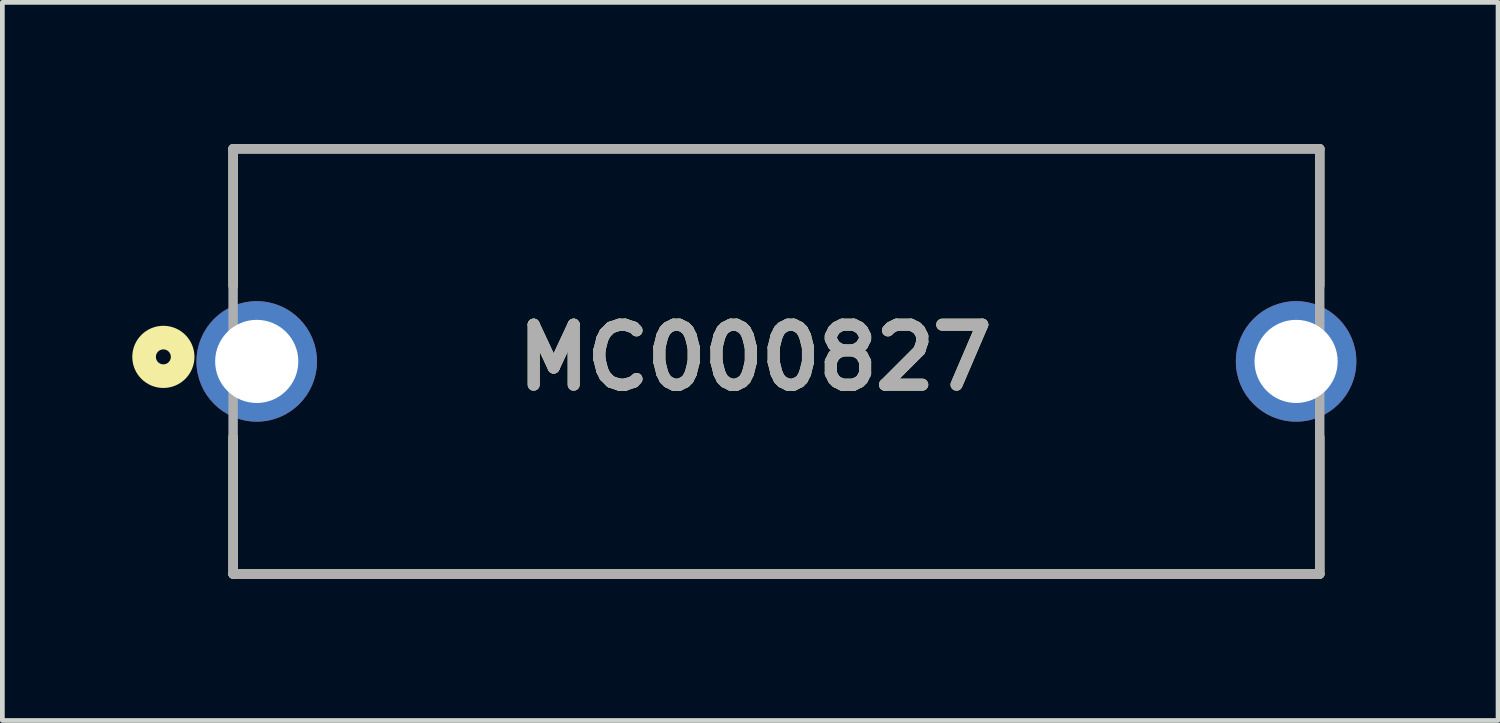
<source format=kicad_pcb>
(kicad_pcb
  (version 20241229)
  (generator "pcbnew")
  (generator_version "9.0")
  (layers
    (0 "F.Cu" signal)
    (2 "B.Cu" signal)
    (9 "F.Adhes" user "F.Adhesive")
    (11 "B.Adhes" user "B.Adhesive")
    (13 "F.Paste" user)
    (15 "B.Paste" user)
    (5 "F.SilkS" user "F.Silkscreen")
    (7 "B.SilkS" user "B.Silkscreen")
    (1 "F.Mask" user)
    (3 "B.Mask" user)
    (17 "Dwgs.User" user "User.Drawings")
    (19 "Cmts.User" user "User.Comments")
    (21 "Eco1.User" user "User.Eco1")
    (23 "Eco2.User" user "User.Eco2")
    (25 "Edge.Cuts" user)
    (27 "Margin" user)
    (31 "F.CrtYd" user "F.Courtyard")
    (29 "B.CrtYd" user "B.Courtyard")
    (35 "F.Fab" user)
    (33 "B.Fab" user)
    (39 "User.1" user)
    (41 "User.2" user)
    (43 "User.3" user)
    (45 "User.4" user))
  (footprint "MC000827"
    (layer "F.Cu")
    (at 13.384 4.6)
    (property "Reference" "MC000827" (at -0.451 -0.082 0) (layer "F.SilkS") (effects (font (size 1.27 1.27) (thickness 0.254))))
    (attr through_hole)
    (fp_line (start -11.5 -4.5) (end -11.5 -1.6) (stroke (width 0.2) (type solid)) (layer "F.SilkS"))
    (fp_line (start -11.5 -4.5) (end 11.5 -4.5) (stroke (width 0.2) (type solid)) (layer "F.SilkS"))
    (fp_line (start -11.5 4.5) (end -11.5 1.6) (stroke (width 0.2) (type solid)) (layer "F.SilkS"))
    (fp_line (start 11.5 -4.5) (end 11.5 -1.6) (stroke (width 0.2) (type solid)) (layer "F.SilkS"))
    (fp_line (start 11.5 4.5) (end -11.5 4.5) (stroke (width 0.2) (type solid)) (layer "F.SilkS"))
    (fp_line (start 11.5 4.5) (end 11.5 1.6) (stroke (width 0.2) (type solid)) (layer "F.SilkS"))
    (fp_circle (center -12.976 -0.096) (end -12.976 0.062) (stroke (width 0.5) (type solid)) (fill no) (layer "F.SilkS"))
    (fp_line (start -11.5 -4.5) (end 11.5 -4.5) (stroke (width 0.2) (type solid)) (layer "F.Fab"))
    (fp_line (start -11.5 4.5) (end -11.5 -4.5) (stroke (width 0.2) (type solid)) (layer "F.Fab"))
    (fp_line (start 11.5 -4.5) (end 11.5 4.5) (stroke (width 0.2) (type solid)) (layer "F.Fab"))
    (fp_line (start 11.5 4.5) (end -11.5 4.5) (stroke (width 0.2) (type solid)) (layer "F.Fab"))
    (fp_text user "${REFERENCE}" (at -0.451 -0.082 0) (layer "F.Fab") (effects (font (size 1.27 1.27) (thickness 0.254))))
    (pad "1" thru_hole circle (at -11 0) (size 2.55 2.55) (drill 1.76) (layers "*.Cu" "*.Mask"))
    (pad "2" thru_hole circle (at 11 0) (size 2.55 2.55) (drill 1.76) (layers "*.Cu" "*.Mask")))
  (gr_rect
    (start -3 -3)
    (end 28.659 12.2)
    (stroke (width 0.1) (type default))
    (fill no)
    (layer "Edge.Cuts")))
</source>
